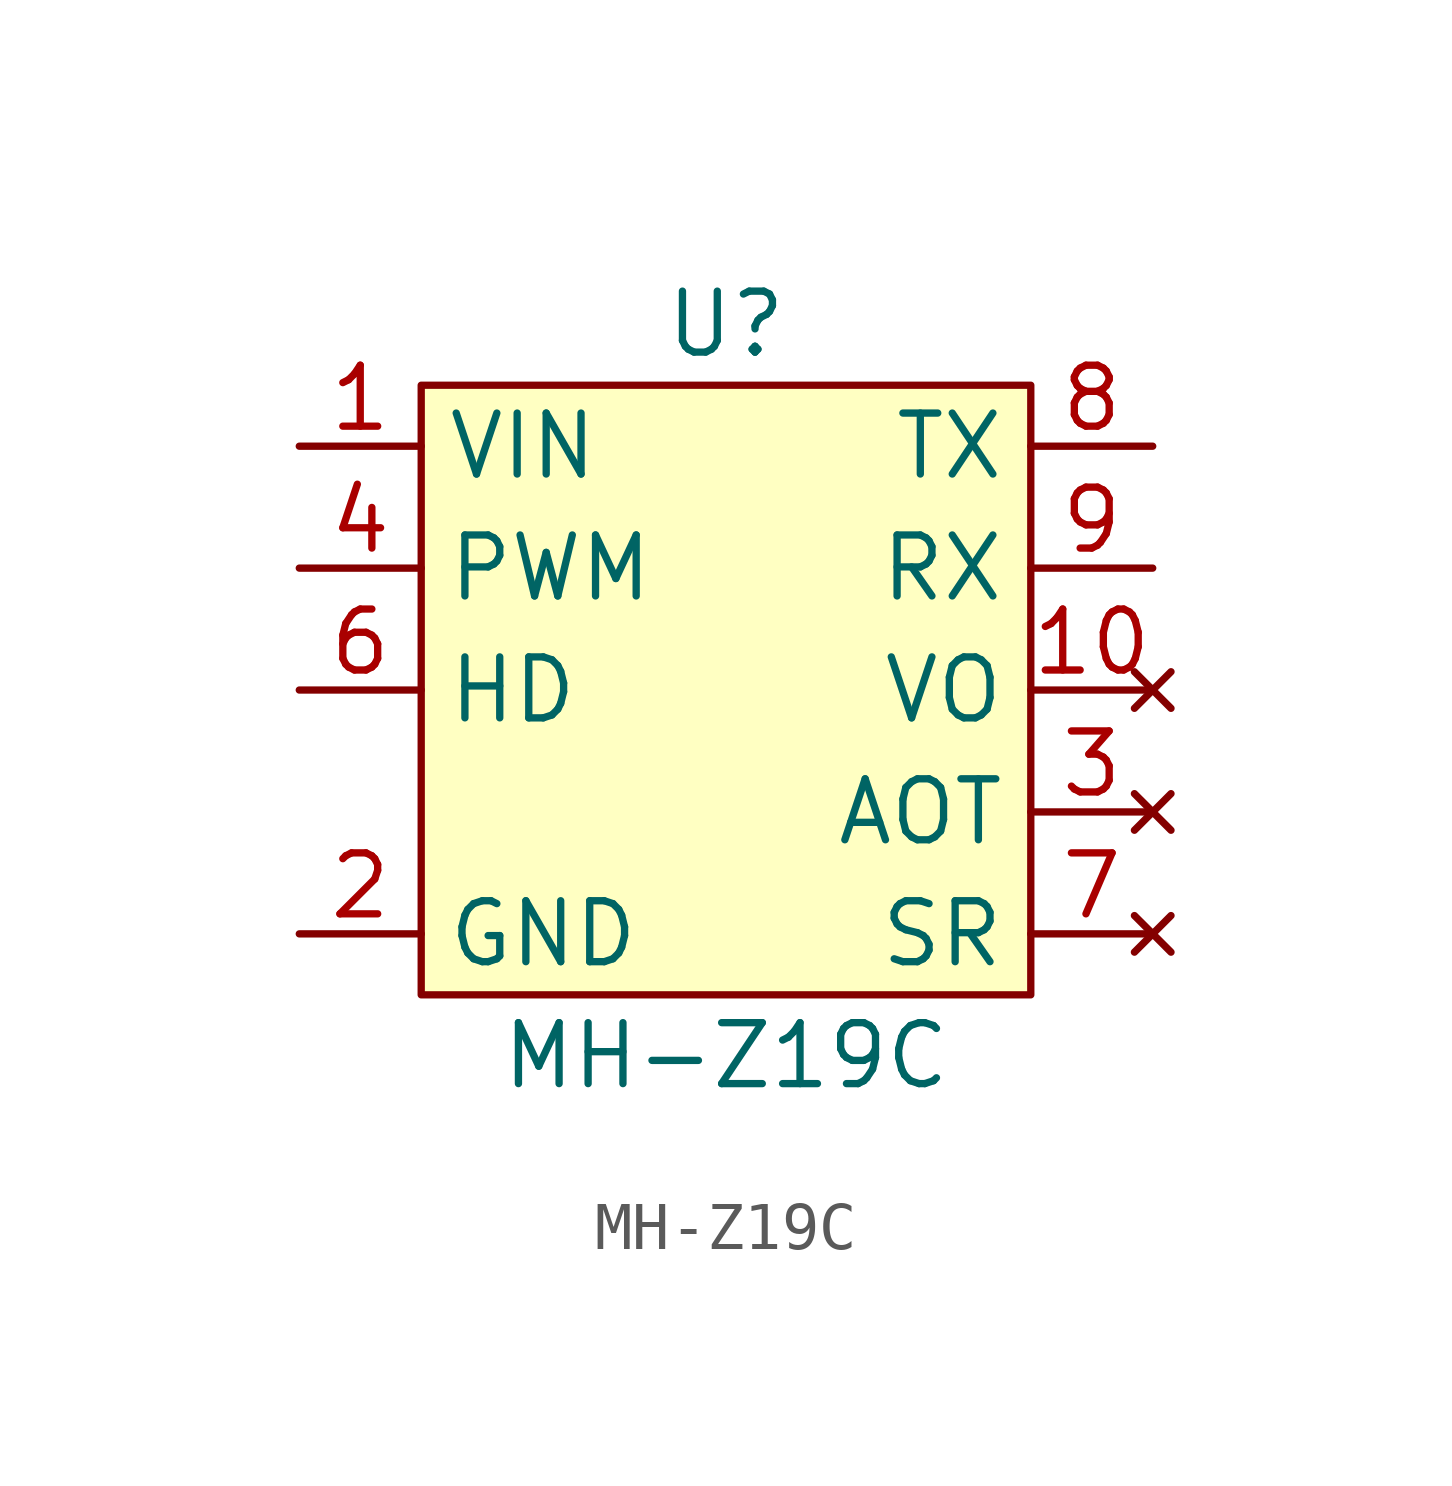
<source format=kicad_sym>
(kicad_symbol_lib
  (version 20231120)
  (generator "kicad_symbol_editor")
  (generator_version "8.0")
  (symbol "MH-Z19C"
    (property "Reference" "U"
      (at 0 7.62 0)
      (effects (font (size 1.27 1.27))))
    (property "Value" "MH-Z19C"
      (at 0 -7.62 0)
      (effects (font (size 1.27 1.27))))
    (symbol "MH-Z19C_1_1"
      (rectangle (start -6.35 6.35) (end 6.35 -6.35) (stroke (width 0) (type default)) (fill (type background)))
      (pin power_in line (at -8.89 5.08 0) (length 2.54) (name "VIN" (effects (font (size 1.27 1.27)))) (number "1" (effects (font (size 1.27 1.27)))))
      (pin no_connect line (at 8.89 0 180) (length 2.54) (name "VO" (effects (font (size 1.27 1.27)))) (number "10" (effects (font (size 1.27 1.27)))))
      (pin power_in line (at -8.89 -5.08 0) (length 2.54) (name "GND" (effects (font (size 1.27 1.27)))) (number "2" (effects (font (size 1.27 1.27)))))
      (pin no_connect line (at 8.89 -2.54 180) (length 2.54) (name "AOT" (effects (font (size 1.27 1.27)))) (number "3" (effects (font (size 1.27 1.27)))))
      (pin output line (at -8.89 2.54 0) (length 2.54) (name "PWM" (effects (font (size 1.27 1.27)))) (number "4" (effects (font (size 1.27 1.27)))))
      (pin output line (at -8.89 0 0) (length 2.54) (name "HD" (effects (font (size 1.27 1.27)))) (number "6" (effects (font (size 1.27 1.27)))))
      (pin no_connect line (at 8.89 -5.08 180) (length 2.54) (name "SR" (effects (font (size 1.27 1.27)))) (number "7" (effects (font (size 1.27 1.27)))))
      (pin output line (at 8.89 5.08 180) (length 2.54) (name "TX" (effects (font (size 1.27 1.27)))) (number "8" (effects (font (size 1.27 1.27)))))
      (pin input line (at 8.89 2.54 180) (length 2.54) (name "RX" (effects (font (size 1.27 1.27)))) (number "9" (effects (font (size 1.27 1.27))))))))
</source>
